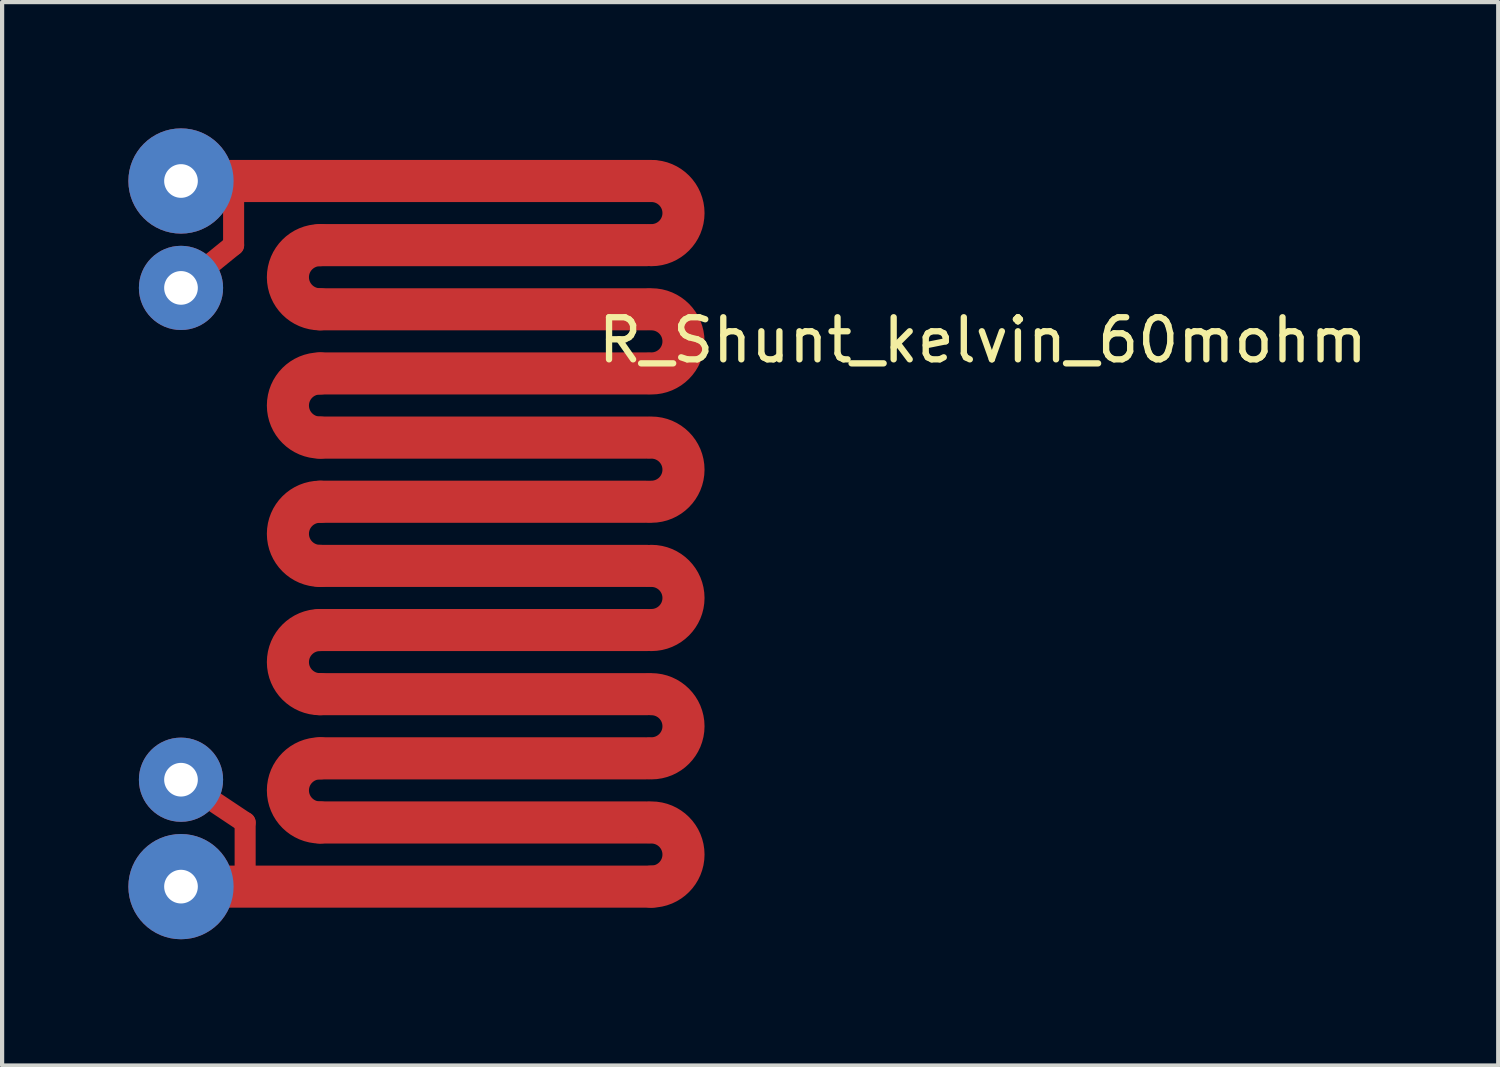
<source format=kicad_pcb>
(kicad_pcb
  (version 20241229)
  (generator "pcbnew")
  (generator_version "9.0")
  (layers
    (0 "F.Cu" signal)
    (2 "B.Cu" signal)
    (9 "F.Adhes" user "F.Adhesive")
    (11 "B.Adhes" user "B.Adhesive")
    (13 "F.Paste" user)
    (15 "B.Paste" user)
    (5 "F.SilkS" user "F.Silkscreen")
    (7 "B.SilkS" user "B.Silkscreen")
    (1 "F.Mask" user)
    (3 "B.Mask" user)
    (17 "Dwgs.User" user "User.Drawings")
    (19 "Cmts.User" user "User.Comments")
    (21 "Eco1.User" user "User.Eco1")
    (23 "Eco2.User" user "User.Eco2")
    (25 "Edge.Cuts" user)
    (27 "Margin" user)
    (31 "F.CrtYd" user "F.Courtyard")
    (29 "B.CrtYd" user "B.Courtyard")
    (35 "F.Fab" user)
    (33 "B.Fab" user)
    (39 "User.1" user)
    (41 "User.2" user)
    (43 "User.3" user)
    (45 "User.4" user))
  (footprint "R_Shunt_kelvin_60mohm"
    (layer "F.Cu")
    (at 1.25 10.902)
    (property "Reference" "R_Shunt_kelvin_60mohm" (at 19.05 -5.87 0) (layer "F.SilkS") (effects (font (size 1 1) (thickness 0.15))))
    (attr through_hole)
    (fp_line (start 1 -9.652) (end 11.176 -9.652) (stroke (width 1) (type solid)) (layer "F.Cu"))
    (fp_line (start 1.016 7.112) (end 11.176 7.112) (stroke (width 1) (type solid)) (layer "F.Cu"))
    (fp_line (start 1.25 -9.652) (end 1.25 -8.128) (stroke (width 0.5) (type solid)) (layer "F.Cu"))
    (fp_line (start 1.25 -8.128) (end 0 -7.112) (stroke (width 0.5) (type solid)) (layer "F.Cu"))
    (fp_line (start 1.524 5.588) (end 0 4.572) (stroke (width 0.5) (type solid)) (layer "F.Cu"))
    (fp_line (start 1.524 7.112) (end 1.524 5.588) (stroke (width 0.5) (type solid)) (layer "F.Cu"))
    (fp_line (start 3.302 -8.128) (end 11.057 -8.128) (stroke (width 1) (type solid)) (layer "F.Cu"))
    (fp_line (start 3.302 -6.604) (end 11.057 -6.604) (stroke (width 1) (type solid)) (layer "F.Cu"))
    (fp_line (start 3.302 -5.08) (end 11.057 -5.08) (stroke (width 1) (type solid)) (layer "F.Cu"))
    (fp_line (start 3.302 -3.556) (end 11.057 -3.556) (stroke (width 1) (type solid)) (layer "F.Cu"))
    (fp_line (start 3.302 -2.032) (end 11.057 -2.032) (stroke (width 1) (type solid)) (layer "F.Cu"))
    (fp_line (start 3.302 -0.508) (end 11.057 -0.508) (stroke (width 1) (type solid)) (layer "F.Cu"))
    (fp_line (start 3.302 1.016) (end 11.057 1.016) (stroke (width 1) (type solid)) (layer "F.Cu"))
    (fp_line (start 3.302 2.54) (end 11.057 2.54) (stroke (width 1) (type solid)) (layer "F.Cu"))
    (fp_line (start 3.302 4.064) (end 11.057 4.064) (stroke (width 1) (type solid)) (layer "F.Cu"))
    (fp_line (start 3.302 5.588) (end 11.057 5.588) (stroke (width 1) (type solid)) (layer "F.Cu"))
    (fp_arc (start 3.302 -6.604) (mid 2.54 -7.366) (end 3.302 -8.128) (stroke (width 1) (type solid)) (layer "F.Cu"))
    (fp_arc (start 3.302 -3.556) (mid 2.54 -4.318) (end 3.302 -5.08) (stroke (width 1) (type solid)) (layer "F.Cu"))
    (fp_arc (start 3.302 -0.508) (mid 2.54 -1.27) (end 3.302 -2.032) (stroke (width 1) (type solid)) (layer "F.Cu"))
    (fp_arc (start 3.302 2.54) (mid 2.54 1.778) (end 3.302 1.016) (stroke (width 1) (type solid)) (layer "F.Cu"))
    (fp_arc (start 3.302 5.588) (mid 2.54 4.826) (end 3.302 4.064) (stroke (width 1) (type solid)) (layer "F.Cu"))
    (fp_arc (start 11.176 -9.652) (mid 11.938 -8.89) (end 11.176 -8.128) (stroke (width 1) (type solid)) (layer "F.Cu"))
    (fp_arc (start 11.176 -6.604) (mid 11.938 -5.842) (end 11.176 -5.08) (stroke (width 1) (type solid)) (layer "F.Cu"))
    (fp_arc (start 11.176 -3.556) (mid 11.938 -2.794) (end 11.176 -2.032) (stroke (width 1) (type solid)) (layer "F.Cu"))
    (fp_arc (start 11.176 -0.508) (mid 11.938 0.254) (end 11.176 1.016) (stroke (width 1) (type solid)) (layer "F.Cu"))
    (fp_arc (start 11.176 2.54) (mid 11.938 3.302) (end 11.176 4.064) (stroke (width 1) (type solid)) (layer "F.Cu"))
    (fp_arc (start 11.176 5.588) (mid 11.938 6.35) (end 11.176 7.112) (stroke (width 1) (type solid)) (layer "F.Cu"))
    (pad "1" thru_hole circle (at 0 -9.652) (size 2.5 2.5) (drill 0.8) (layers "*.Cu" "*.Mask"))
    (pad "2" thru_hole circle (at 0 -7.112) (size 2 2) (drill 0.8) (layers "*.Cu" "*.Mask"))
    (pad "3" thru_hole circle (at 0 4.572) (size 2 2) (drill 0.8) (layers "*.Cu" "*.Mask"))
    (pad "4" thru_hole circle (at 0 7.112) (size 2.5 2.5) (drill 0.8) (layers "*.Cu" "*.Mask")))
  (gr_rect
    (start -3 -3)
    (end 32.544 22.264)
    (stroke (width 0.1) (type default))
    (fill no)
    (layer "Edge.Cuts")))
</source>
